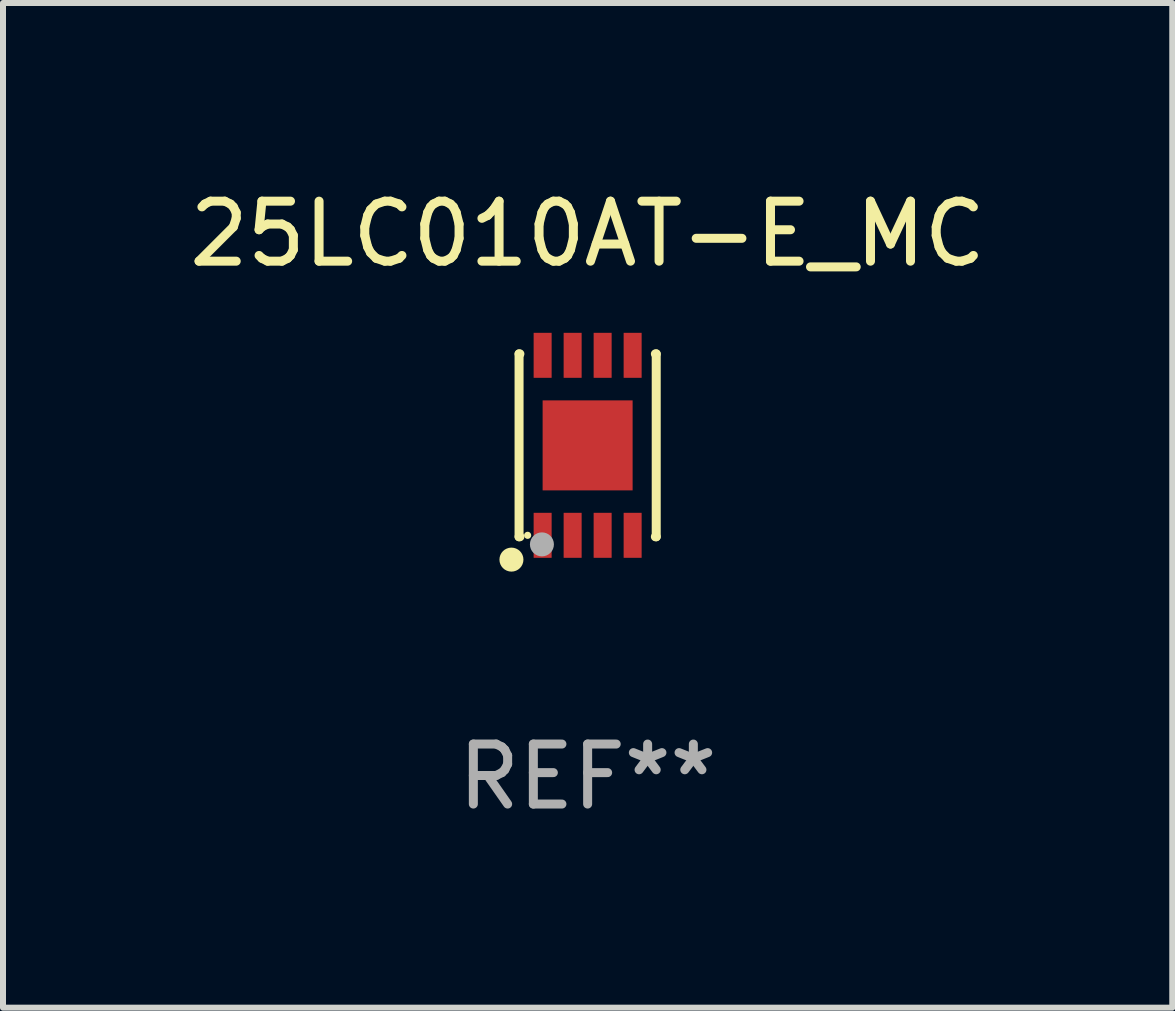
<source format=kicad_pcb>
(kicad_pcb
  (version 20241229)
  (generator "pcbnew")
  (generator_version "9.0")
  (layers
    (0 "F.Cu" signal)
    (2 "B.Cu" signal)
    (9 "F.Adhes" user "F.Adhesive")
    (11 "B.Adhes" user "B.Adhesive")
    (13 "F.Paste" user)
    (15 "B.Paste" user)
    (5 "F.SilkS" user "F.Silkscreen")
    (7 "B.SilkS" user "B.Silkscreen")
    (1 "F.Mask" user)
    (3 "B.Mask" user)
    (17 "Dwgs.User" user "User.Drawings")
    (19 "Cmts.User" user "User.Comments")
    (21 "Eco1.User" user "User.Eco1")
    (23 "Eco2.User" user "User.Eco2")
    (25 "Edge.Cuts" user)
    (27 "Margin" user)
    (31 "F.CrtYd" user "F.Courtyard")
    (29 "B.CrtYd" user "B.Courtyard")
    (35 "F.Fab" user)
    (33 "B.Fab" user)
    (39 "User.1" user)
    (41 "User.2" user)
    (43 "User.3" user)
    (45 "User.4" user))
  (footprint "25LC010AT-E_MC"
    (layer "F.Cu")
    (at 6.744 4.372)
    (property "Reference" "25LC010AT-E_MC" (at 0 -3.524 0) (layer "F.SilkS") (effects (font (size 1 1) (thickness 0.15))))
    (attr through_hole)
    (fp_line (start -1.143 -1.524) (end -1.143 1.524) (stroke (width 0.15) (type solid)) (layer "F.SilkS"))
    (fp_line (start -1.143 1.524) (end -1.129 1.524) (stroke (width 0.15) (type solid)) (layer "F.SilkS"))
    (fp_line (start -1.129 -1.524) (end -1.143 -1.524) (stroke (width 0.15) (type solid)) (layer "F.SilkS"))
    (fp_line (start 1.129 1.524) (end 1.143 1.524) (stroke (width 0.15) (type solid)) (layer "F.SilkS"))
    (fp_line (start 1.143 -1.524) (end 1.129 -1.524) (stroke (width 0.15) (type solid)) (layer "F.SilkS"))
    (fp_line (start 1.143 1.524) (end 1.143 -1.524) (stroke (width 0.15) (type solid)) (layer "F.SilkS"))
    (fp_circle (center -1.27 1.905) (end -1.17 1.905) (stroke (width 0.2) (type solid)) (fill no) (layer "F.SilkS"))
    (fp_circle (center -1 1.5) (end -0.97 1.5) (stroke (width 0.06) (type solid)) (fill no) (layer "F.SilkS"))
    (fp_circle (center -0.762 1.651) (end -0.662 1.651) (stroke (width 0.2) (type solid)) (fill no) (layer "F.Fab"))
    (fp_text user "REF**" (at 0 5.524 0) (layer "F.Fab") (effects (font (size 1 1) (thickness 0.15))))
    (pad "1" smd rect (at -0.75 1.5 90) (size 0.75 0.3) (layers "F.Cu" "F.Mask" "F.Paste"))
    (pad "2" smd rect (at -0.25 1.5 90) (size 0.75 0.3) (layers "F.Cu" "F.Mask" "F.Paste"))
    (pad "3" smd rect (at 0.25 1.5 90) (size 0.75 0.3) (layers "F.Cu" "F.Mask" "F.Paste"))
    (pad "4" smd rect (at 0.75 1.5 90) (size 0.75 0.3) (layers "F.Cu" "F.Mask" "F.Paste"))
    (pad "5" smd rect (at 0.75 -1.5 90) (size 0.75 0.3) (layers "F.Cu" "F.Mask" "F.Paste"))
    (pad "6" smd rect (at 0.25 -1.5 90) (size 0.75 0.3) (layers "F.Cu" "F.Mask" "F.Paste"))
    (pad "7" smd rect (at -0.25 -1.5 90) (size 0.75 0.3) (layers "F.Cu" "F.Mask" "F.Paste"))
    (pad "8" smd rect (at -0.75 -1.5 90) (size 0.75 0.3) (layers "F.Cu" "F.Mask" "F.Paste"))
    (pad "9" smd rect (at -0.000254 0.001 90) (size 1.5 1.5) (layers "F.Cu" "F.Mask" "F.Paste")))
  (gr_rect
    (start -3 -3)
    (end 16.488 13.745)
    (stroke (width 0.1) (type default))
    (fill no)
    (layer "Edge.Cuts")))
</source>
